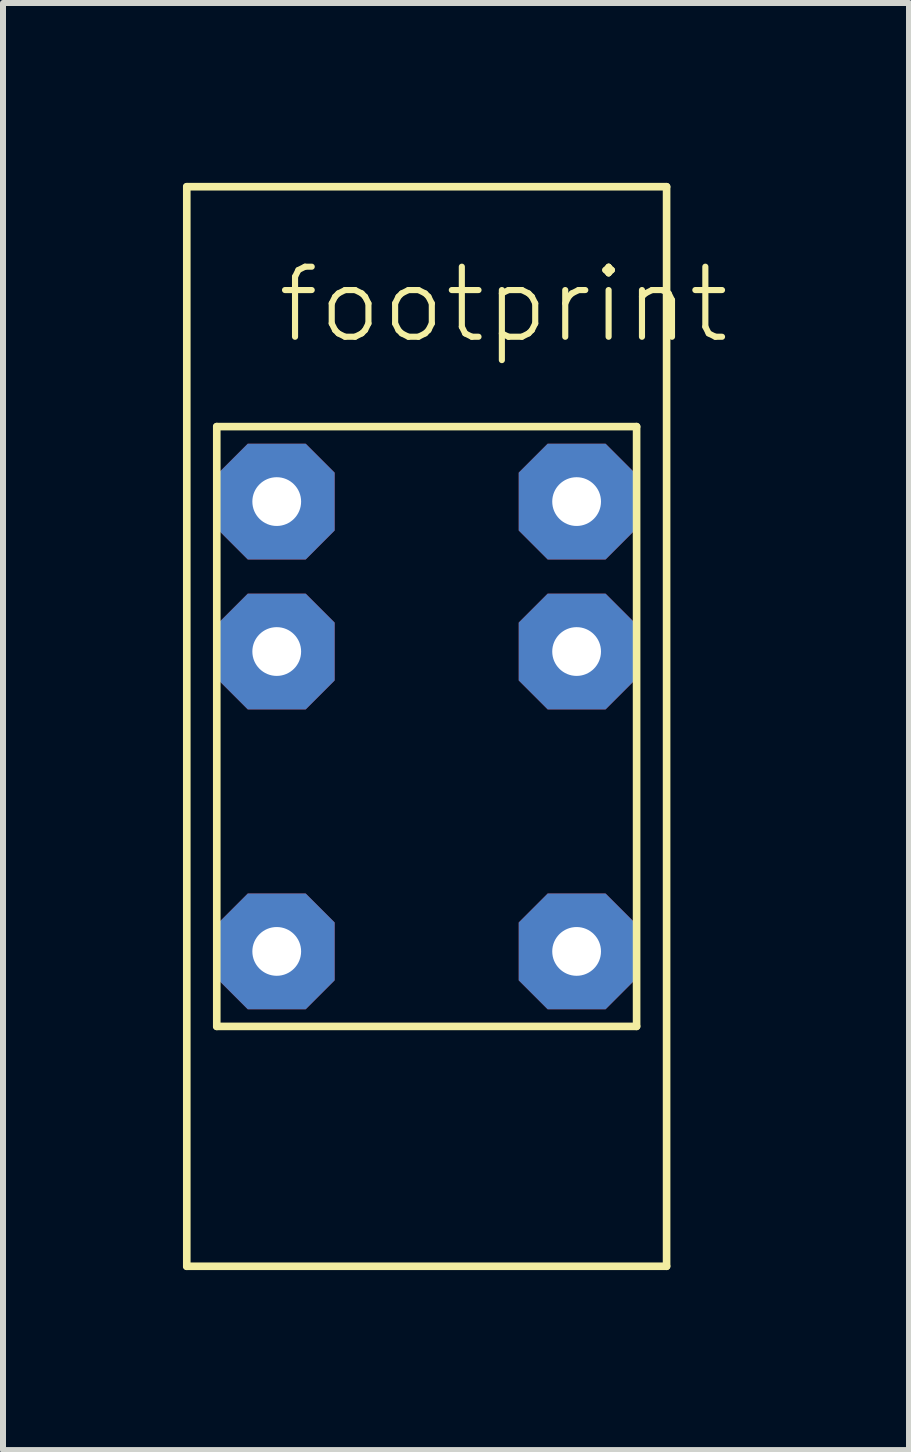
<source format=kicad_pcb>
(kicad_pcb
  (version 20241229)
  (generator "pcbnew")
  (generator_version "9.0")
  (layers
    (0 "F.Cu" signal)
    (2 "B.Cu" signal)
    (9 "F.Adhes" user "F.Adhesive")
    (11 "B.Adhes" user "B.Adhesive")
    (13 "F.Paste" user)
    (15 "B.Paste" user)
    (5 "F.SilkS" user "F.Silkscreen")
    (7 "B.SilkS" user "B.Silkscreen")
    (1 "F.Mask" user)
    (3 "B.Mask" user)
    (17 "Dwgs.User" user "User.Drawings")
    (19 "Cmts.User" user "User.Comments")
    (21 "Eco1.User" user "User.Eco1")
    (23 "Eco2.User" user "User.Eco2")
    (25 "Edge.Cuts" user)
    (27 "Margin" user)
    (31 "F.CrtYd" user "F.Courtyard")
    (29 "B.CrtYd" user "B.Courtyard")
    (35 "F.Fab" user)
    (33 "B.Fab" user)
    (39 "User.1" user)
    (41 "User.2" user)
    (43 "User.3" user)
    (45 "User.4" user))
  (footprint "footprint"
    (layer "F.Cu")
    (at 4.064 9.063)
    (property "Reference" "footprint" (at -2.54 -6.35 0) (layer "F.SilkS") (effects (font (size 1.168 1.168) (thickness 0.102)) (justify left bottom)))
    (fp_line (start -4 -9) (end 4 -9) (stroke (width 0.127) (type solid)) (layer "F.SilkS"))
    (fp_line (start -4 9) (end -4 -9) (stroke (width 0.127) (type solid)) (layer "F.SilkS"))
    (fp_line (start -3.5 -5) (end 3.5 -5) (stroke (width 0.127) (type solid)) (layer "F.SilkS"))
    (fp_line (start -3.5 5) (end -3.5 -5) (stroke (width 0.127) (type solid)) (layer "F.SilkS"))
    (fp_line (start 3.5 -5) (end 3.5 5) (stroke (width 0.127) (type solid)) (layer "F.SilkS"))
    (fp_line (start 3.5 5) (end -3.5 5) (stroke (width 0.127) (type solid)) (layer "F.SilkS"))
    (fp_line (start 4 -9) (end 4 9) (stroke (width 0.127) (type solid)) (layer "F.SilkS"))
    (fp_line (start 4 9) (end -4 9) (stroke (width 0.127) (type solid)) (layer "F.SilkS"))
    (pad "1" thru_hole roundrect (at -2.5 3.75) (size 1.93 1.93) (drill 0.813) (layers "*.Cu" "*.Mask") (roundrect_rratio 0.25) (chamfer_ratio 0.25) (chamfer top_left top_right bottom_left bottom_right))
    (pad "2" thru_hole roundrect (at 2.5 3.75) (size 1.93 1.93) (drill 0.813) (layers "*.Cu" "*.Mask") (roundrect_rratio 0.25) (chamfer_ratio 0.25) (chamfer top_left top_right bottom_left bottom_right))
    (pad "3" thru_hole roundrect (at -2.5 -3.75) (size 1.93 1.93) (drill 0.813) (layers "*.Cu" "*.Mask") (roundrect_rratio 0.25) (chamfer_ratio 0.25) (chamfer top_left top_right bottom_left bottom_right))
    (pad "4" thru_hole roundrect (at 2.5 -3.75) (size 1.93 1.93) (drill 0.813) (layers "*.Cu" "*.Mask") (roundrect_rratio 0.25) (chamfer_ratio 0.25) (chamfer top_left top_right bottom_left bottom_right))
    (pad "5" thru_hole roundrect (at -2.5 -1.25) (size 1.93 1.93) (drill 0.813) (layers "*.Cu" "*.Mask") (roundrect_rratio 0.25) (chamfer_ratio 0.25) (chamfer top_left top_right bottom_left bottom_right))
    (pad "6" thru_hole roundrect (at 2.5 -1.25) (size 1.93 1.93) (drill 0.813) (layers "*.Cu" "*.Mask") (roundrect_rratio 0.25) (chamfer_ratio 0.25) (chamfer top_left top_right bottom_left bottom_right)))
  (gr_rect
    (start -3 -3)
    (end 12.106 21.127)
    (stroke (width 0.1) (type default))
    (fill no)
    (layer "Edge.Cuts")))
</source>
